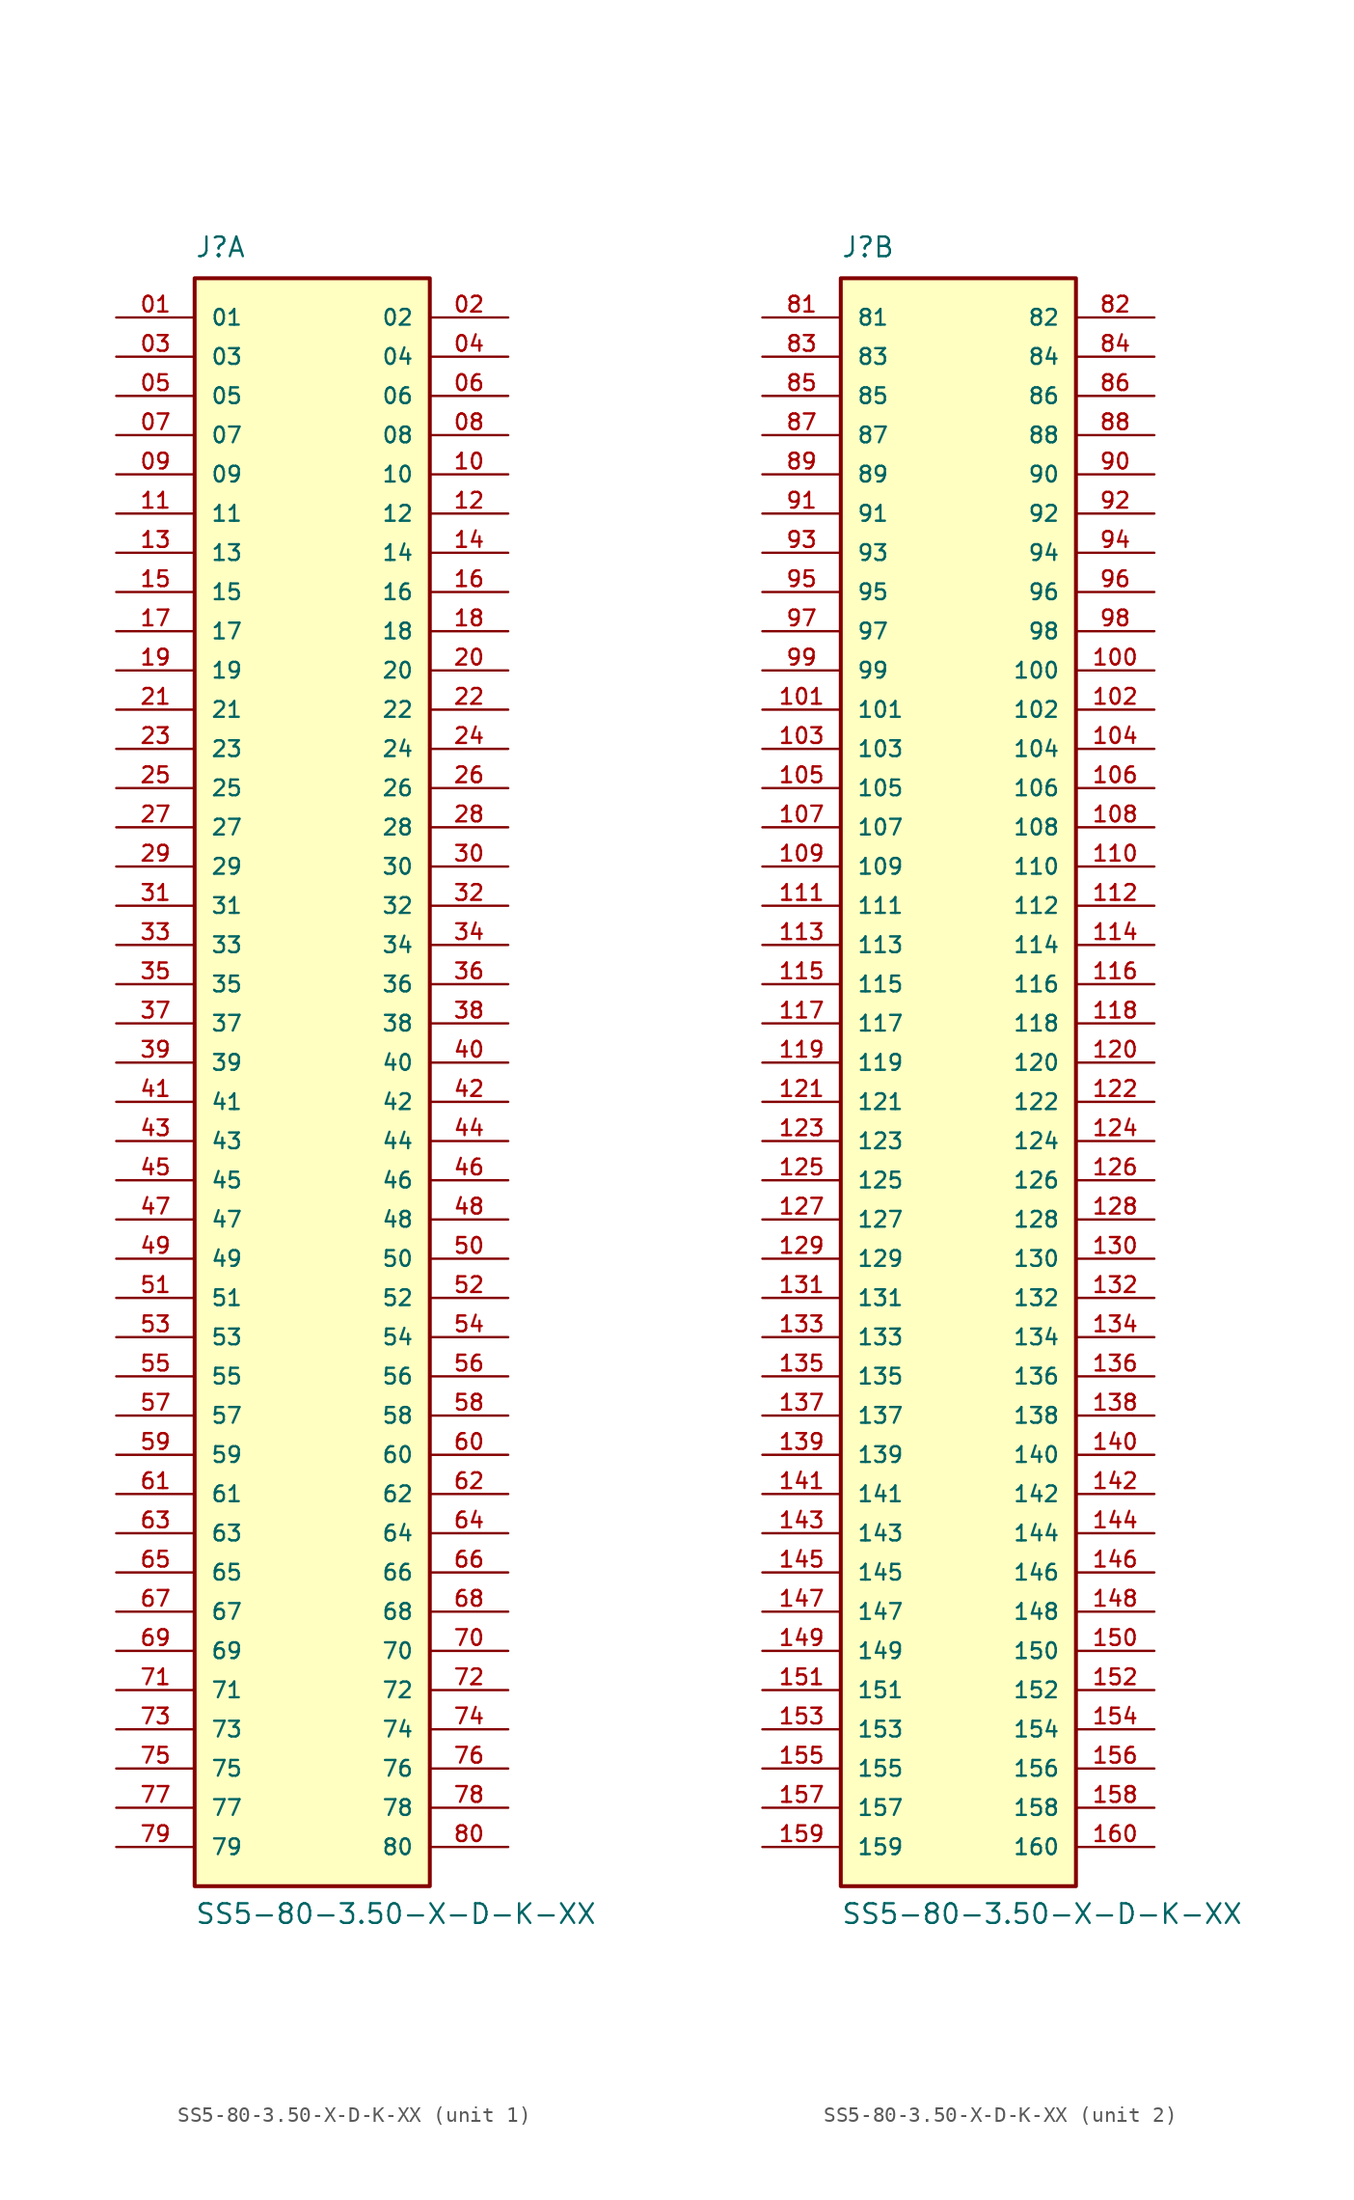
<source format=kicad_sym>
(kicad_symbol_lib
  (version 20211014)
  (generator kicad_symbol_editor)
  (symbol "SS5-80-3.50-X-D-K-XX"
    (pin_names
      (offset 1.016))
    (property "Reference" "J"
      (at -7.62 52.07 0)
      (effects (font (size 1.27 1.27)) (justify left bottom)))
    (property "Value" "SS5-80-3.50-X-D-K-XX"
      (at -7.62 -55.88 0)
      (effects (font (size 1.27 1.27)) (justify left bottom)))
    (property "ki_locked" ""
      (at 0 0 0)
      (effects (font (size 1.27 1.27))))
    (symbol "SS5-80-3.50-X-D-K-XX_1_0"
      (rectangle (start -7.62 -53.34) (end 7.62 50.8) (stroke (width 0.254) (type default) (color 0 0 0 0)) (fill (type background)))
      (pin passive line (at -12.7 48.26 0) (length 5.08) (name "01" (effects (font (size 1.016 1.016)))) (number "01" (effects (font (size 1.016 1.016)))))
      (pin passive line (at 12.7 48.26 180) (length 5.08) (name "02" (effects (font (size 1.016 1.016)))) (number "02" (effects (font (size 1.016 1.016)))))
      (pin passive line (at -12.7 45.72 0) (length 5.08) (name "03" (effects (font (size 1.016 1.016)))) (number "03" (effects (font (size 1.016 1.016)))))
      (pin passive line (at 12.7 45.72 180) (length 5.08) (name "04" (effects (font (size 1.016 1.016)))) (number "04" (effects (font (size 1.016 1.016)))))
      (pin passive line (at -12.7 43.18 0) (length 5.08) (name "05" (effects (font (size 1.016 1.016)))) (number "05" (effects (font (size 1.016 1.016)))))
      (pin passive line (at 12.7 43.18 180) (length 5.08) (name "06" (effects (font (size 1.016 1.016)))) (number "06" (effects (font (size 1.016 1.016)))))
      (pin passive line (at -12.7 40.64 0) (length 5.08) (name "07" (effects (font (size 1.016 1.016)))) (number "07" (effects (font (size 1.016 1.016)))))
      (pin passive line (at 12.7 40.64 180) (length 5.08) (name "08" (effects (font (size 1.016 1.016)))) (number "08" (effects (font (size 1.016 1.016)))))
      (pin passive line (at -12.7 38.1 0) (length 5.08) (name "09" (effects (font (size 1.016 1.016)))) (number "09" (effects (font (size 1.016 1.016)))))
      (pin passive line (at 12.7 38.1 180) (length 5.08) (name "10" (effects (font (size 1.016 1.016)))) (number "10" (effects (font (size 1.016 1.016)))))
      (pin passive line (at -12.7 35.56 0) (length 5.08) (name "11" (effects (font (size 1.016 1.016)))) (number "11" (effects (font (size 1.016 1.016)))))
      (pin passive line (at 12.7 35.56 180) (length 5.08) (name "12" (effects (font (size 1.016 1.016)))) (number "12" (effects (font (size 1.016 1.016)))))
      (pin passive line (at -12.7 33.02 0) (length 5.08) (name "13" (effects (font (size 1.016 1.016)))) (number "13" (effects (font (size 1.016 1.016)))))
      (pin passive line (at 12.7 33.02 180) (length 5.08) (name "14" (effects (font (size 1.016 1.016)))) (number "14" (effects (font (size 1.016 1.016)))))
      (pin passive line (at -12.7 30.48 0) (length 5.08) (name "15" (effects (font (size 1.016 1.016)))) (number "15" (effects (font (size 1.016 1.016)))))
      (pin passive line (at 12.7 30.48 180) (length 5.08) (name "16" (effects (font (size 1.016 1.016)))) (number "16" (effects (font (size 1.016 1.016)))))
      (pin passive line (at -12.7 27.94 0) (length 5.08) (name "17" (effects (font (size 1.016 1.016)))) (number "17" (effects (font (size 1.016 1.016)))))
      (pin passive line (at 12.7 27.94 180) (length 5.08) (name "18" (effects (font (size 1.016 1.016)))) (number "18" (effects (font (size 1.016 1.016)))))
      (pin passive line (at -12.7 25.4 0) (length 5.08) (name "19" (effects (font (size 1.016 1.016)))) (number "19" (effects (font (size 1.016 1.016)))))
      (pin passive line (at 12.7 25.4 180) (length 5.08) (name "20" (effects (font (size 1.016 1.016)))) (number "20" (effects (font (size 1.016 1.016)))))
      (pin passive line (at -12.7 22.86 0) (length 5.08) (name "21" (effects (font (size 1.016 1.016)))) (number "21" (effects (font (size 1.016 1.016)))))
      (pin passive line (at 12.7 22.86 180) (length 5.08) (name "22" (effects (font (size 1.016 1.016)))) (number "22" (effects (font (size 1.016 1.016)))))
      (pin passive line (at -12.7 20.32 0) (length 5.08) (name "23" (effects (font (size 1.016 1.016)))) (number "23" (effects (font (size 1.016 1.016)))))
      (pin passive line (at 12.7 20.32 180) (length 5.08) (name "24" (effects (font (size 1.016 1.016)))) (number "24" (effects (font (size 1.016 1.016)))))
      (pin passive line (at -12.7 17.78 0) (length 5.08) (name "25" (effects (font (size 1.016 1.016)))) (number "25" (effects (font (size 1.016 1.016)))))
      (pin passive line (at 12.7 17.78 180) (length 5.08) (name "26" (effects (font (size 1.016 1.016)))) (number "26" (effects (font (size 1.016 1.016)))))
      (pin passive line (at -12.7 15.24 0) (length 5.08) (name "27" (effects (font (size 1.016 1.016)))) (number "27" (effects (font (size 1.016 1.016)))))
      (pin passive line (at 12.7 15.24 180) (length 5.08) (name "28" (effects (font (size 1.016 1.016)))) (number "28" (effects (font (size 1.016 1.016)))))
      (pin passive line (at -12.7 12.7 0) (length 5.08) (name "29" (effects (font (size 1.016 1.016)))) (number "29" (effects (font (size 1.016 1.016)))))
      (pin passive line (at 12.7 12.7 180) (length 5.08) (name "30" (effects (font (size 1.016 1.016)))) (number "30" (effects (font (size 1.016 1.016)))))
      (pin passive line (at -12.7 10.16 0) (length 5.08) (name "31" (effects (font (size 1.016 1.016)))) (number "31" (effects (font (size 1.016 1.016)))))
      (pin passive line (at 12.7 10.16 180) (length 5.08) (name "32" (effects (font (size 1.016 1.016)))) (number "32" (effects (font (size 1.016 1.016)))))
      (pin passive line (at -12.7 7.62 0) (length 5.08) (name "33" (effects (font (size 1.016 1.016)))) (number "33" (effects (font (size 1.016 1.016)))))
      (pin passive line (at 12.7 7.62 180) (length 5.08) (name "34" (effects (font (size 1.016 1.016)))) (number "34" (effects (font (size 1.016 1.016)))))
      (pin passive line (at -12.7 5.08 0) (length 5.08) (name "35" (effects (font (size 1.016 1.016)))) (number "35" (effects (font (size 1.016 1.016)))))
      (pin passive line (at 12.7 5.08 180) (length 5.08) (name "36" (effects (font (size 1.016 1.016)))) (number "36" (effects (font (size 1.016 1.016)))))
      (pin passive line (at -12.7 2.54 0) (length 5.08) (name "37" (effects (font (size 1.016 1.016)))) (number "37" (effects (font (size 1.016 1.016)))))
      (pin passive line (at 12.7 2.54 180) (length 5.08) (name "38" (effects (font (size 1.016 1.016)))) (number "38" (effects (font (size 1.016 1.016)))))
      (pin passive line (at -12.7 0 0) (length 5.08) (name "39" (effects (font (size 1.016 1.016)))) (number "39" (effects (font (size 1.016 1.016)))))
      (pin passive line (at 12.7 0 180) (length 5.08) (name "40" (effects (font (size 1.016 1.016)))) (number "40" (effects (font (size 1.016 1.016)))))
      (pin passive line (at -12.7 -2.54 0) (length 5.08) (name "41" (effects (font (size 1.016 1.016)))) (number "41" (effects (font (size 1.016 1.016)))))
      (pin passive line (at 12.7 -2.54 180) (length 5.08) (name "42" (effects (font (size 1.016 1.016)))) (number "42" (effects (font (size 1.016 1.016)))))
      (pin passive line (at -12.7 -5.08 0) (length 5.08) (name "43" (effects (font (size 1.016 1.016)))) (number "43" (effects (font (size 1.016 1.016)))))
      (pin passive line (at 12.7 -5.08 180) (length 5.08) (name "44" (effects (font (size 1.016 1.016)))) (number "44" (effects (font (size 1.016 1.016)))))
      (pin passive line (at -12.7 -7.62 0) (length 5.08) (name "45" (effects (font (size 1.016 1.016)))) (number "45" (effects (font (size 1.016 1.016)))))
      (pin passive line (at 12.7 -7.62 180) (length 5.08) (name "46" (effects (font (size 1.016 1.016)))) (number "46" (effects (font (size 1.016 1.016)))))
      (pin passive line (at -12.7 -10.16 0) (length 5.08) (name "47" (effects (font (size 1.016 1.016)))) (number "47" (effects (font (size 1.016 1.016)))))
      (pin passive line (at 12.7 -10.16 180) (length 5.08) (name "48" (effects (font (size 1.016 1.016)))) (number "48" (effects (font (size 1.016 1.016)))))
      (pin passive line (at -12.7 -12.7 0) (length 5.08) (name "49" (effects (font (size 1.016 1.016)))) (number "49" (effects (font (size 1.016 1.016)))))
      (pin passive line (at 12.7 -12.7 180) (length 5.08) (name "50" (effects (font (size 1.016 1.016)))) (number "50" (effects (font (size 1.016 1.016)))))
      (pin passive line (at -12.7 -15.24 0) (length 5.08) (name "51" (effects (font (size 1.016 1.016)))) (number "51" (effects (font (size 1.016 1.016)))))
      (pin passive line (at 12.7 -15.24 180) (length 5.08) (name "52" (effects (font (size 1.016 1.016)))) (number "52" (effects (font (size 1.016 1.016)))))
      (pin passive line (at -12.7 -17.78 0) (length 5.08) (name "53" (effects (font (size 1.016 1.016)))) (number "53" (effects (font (size 1.016 1.016)))))
      (pin passive line (at 12.7 -17.78 180) (length 5.08) (name "54" (effects (font (size 1.016 1.016)))) (number "54" (effects (font (size 1.016 1.016)))))
      (pin passive line (at -12.7 -20.32 0) (length 5.08) (name "55" (effects (font (size 1.016 1.016)))) (number "55" (effects (font (size 1.016 1.016)))))
      (pin passive line (at 12.7 -20.32 180) (length 5.08) (name "56" (effects (font (size 1.016 1.016)))) (number "56" (effects (font (size 1.016 1.016)))))
      (pin passive line (at -12.7 -22.86 0) (length 5.08) (name "57" (effects (font (size 1.016 1.016)))) (number "57" (effects (font (size 1.016 1.016)))))
      (pin passive line (at 12.7 -22.86 180) (length 5.08) (name "58" (effects (font (size 1.016 1.016)))) (number "58" (effects (font (size 1.016 1.016)))))
      (pin passive line (at -12.7 -25.4 0) (length 5.08) (name "59" (effects (font (size 1.016 1.016)))) (number "59" (effects (font (size 1.016 1.016)))))
      (pin passive line (at 12.7 -25.4 180) (length 5.08) (name "60" (effects (font (size 1.016 1.016)))) (number "60" (effects (font (size 1.016 1.016)))))
      (pin passive line (at -12.7 -27.94 0) (length 5.08) (name "61" (effects (font (size 1.016 1.016)))) (number "61" (effects (font (size 1.016 1.016)))))
      (pin passive line (at 12.7 -27.94 180) (length 5.08) (name "62" (effects (font (size 1.016 1.016)))) (number "62" (effects (font (size 1.016 1.016)))))
      (pin passive line (at -12.7 -30.48 0) (length 5.08) (name "63" (effects (font (size 1.016 1.016)))) (number "63" (effects (font (size 1.016 1.016)))))
      (pin passive line (at 12.7 -30.48 180) (length 5.08) (name "64" (effects (font (size 1.016 1.016)))) (number "64" (effects (font (size 1.016 1.016)))))
      (pin passive line (at -12.7 -33.02 0) (length 5.08) (name "65" (effects (font (size 1.016 1.016)))) (number "65" (effects (font (size 1.016 1.016)))))
      (pin passive line (at 12.7 -33.02 180) (length 5.08) (name "66" (effects (font (size 1.016 1.016)))) (number "66" (effects (font (size 1.016 1.016)))))
      (pin passive line (at -12.7 -35.56 0) (length 5.08) (name "67" (effects (font (size 1.016 1.016)))) (number "67" (effects (font (size 1.016 1.016)))))
      (pin passive line (at 12.7 -35.56 180) (length 5.08) (name "68" (effects (font (size 1.016 1.016)))) (number "68" (effects (font (size 1.016 1.016)))))
      (pin passive line (at -12.7 -38.1 0) (length 5.08) (name "69" (effects (font (size 1.016 1.016)))) (number "69" (effects (font (size 1.016 1.016)))))
      (pin passive line (at 12.7 -38.1 180) (length 5.08) (name "70" (effects (font (size 1.016 1.016)))) (number "70" (effects (font (size 1.016 1.016)))))
      (pin passive line (at -12.7 -40.64 0) (length 5.08) (name "71" (effects (font (size 1.016 1.016)))) (number "71" (effects (font (size 1.016 1.016)))))
      (pin passive line (at 12.7 -40.64 180) (length 5.08) (name "72" (effects (font (size 1.016 1.016)))) (number "72" (effects (font (size 1.016 1.016)))))
      (pin passive line (at -12.7 -43.18 0) (length 5.08) (name "73" (effects (font (size 1.016 1.016)))) (number "73" (effects (font (size 1.016 1.016)))))
      (pin passive line (at 12.7 -43.18 180) (length 5.08) (name "74" (effects (font (size 1.016 1.016)))) (number "74" (effects (font (size 1.016 1.016)))))
      (pin passive line (at -12.7 -45.72 0) (length 5.08) (name "75" (effects (font (size 1.016 1.016)))) (number "75" (effects (font (size 1.016 1.016)))))
      (pin passive line (at 12.7 -45.72 180) (length 5.08) (name "76" (effects (font (size 1.016 1.016)))) (number "76" (effects (font (size 1.016 1.016)))))
      (pin passive line (at -12.7 -48.26 0) (length 5.08) (name "77" (effects (font (size 1.016 1.016)))) (number "77" (effects (font (size 1.016 1.016)))))
      (pin passive line (at 12.7 -48.26 180) (length 5.08) (name "78" (effects (font (size 1.016 1.016)))) (number "78" (effects (font (size 1.016 1.016)))))
      (pin passive line (at -12.7 -50.8 0) (length 5.08) (name "79" (effects (font (size 1.016 1.016)))) (number "79" (effects (font (size 1.016 1.016)))))
      (pin passive line (at 12.7 -50.8 180) (length 5.08) (name "80" (effects (font (size 1.016 1.016)))) (number "80" (effects (font (size 1.016 1.016))))))
    (symbol "SS5-80-3.50-X-D-K-XX_2_0"
      (rectangle (start -7.62 -53.34) (end 7.62 50.8) (stroke (width 0.254) (type default) (color 0 0 0 0)) (fill (type background)))
      (pin passive line (at 12.7 25.4 180) (length 5.08) (name "100" (effects (font (size 1.016 1.016)))) (number "100" (effects (font (size 1.016 1.016)))))
      (pin passive line (at -12.7 22.86 0) (length 5.08) (name "101" (effects (font (size 1.016 1.016)))) (number "101" (effects (font (size 1.016 1.016)))))
      (pin passive line (at 12.7 22.86 180) (length 5.08) (name "102" (effects (font (size 1.016 1.016)))) (number "102" (effects (font (size 1.016 1.016)))))
      (pin passive line (at -12.7 20.32 0) (length 5.08) (name "103" (effects (font (size 1.016 1.016)))) (number "103" (effects (font (size 1.016 1.016)))))
      (pin passive line (at 12.7 20.32 180) (length 5.08) (name "104" (effects (font (size 1.016 1.016)))) (number "104" (effects (font (size 1.016 1.016)))))
      (pin passive line (at -12.7 17.78 0) (length 5.08) (name "105" (effects (font (size 1.016 1.016)))) (number "105" (effects (font (size 1.016 1.016)))))
      (pin passive line (at 12.7 17.78 180) (length 5.08) (name "106" (effects (font (size 1.016 1.016)))) (number "106" (effects (font (size 1.016 1.016)))))
      (pin passive line (at -12.7 15.24 0) (length 5.08) (name "107" (effects (font (size 1.016 1.016)))) (number "107" (effects (font (size 1.016 1.016)))))
      (pin passive line (at 12.7 15.24 180) (length 5.08) (name "108" (effects (font (size 1.016 1.016)))) (number "108" (effects (font (size 1.016 1.016)))))
      (pin passive line (at -12.7 12.7 0) (length 5.08) (name "109" (effects (font (size 1.016 1.016)))) (number "109" (effects (font (size 1.016 1.016)))))
      (pin passive line (at 12.7 12.7 180) (length 5.08) (name "110" (effects (font (size 1.016 1.016)))) (number "110" (effects (font (size 1.016 1.016)))))
      (pin passive line (at -12.7 10.16 0) (length 5.08) (name "111" (effects (font (size 1.016 1.016)))) (number "111" (effects (font (size 1.016 1.016)))))
      (pin passive line (at 12.7 10.16 180) (length 5.08) (name "112" (effects (font (size 1.016 1.016)))) (number "112" (effects (font (size 1.016 1.016)))))
      (pin passive line (at -12.7 7.62 0) (length 5.08) (name "113" (effects (font (size 1.016 1.016)))) (number "113" (effects (font (size 1.016 1.016)))))
      (pin passive line (at 12.7 7.62 180) (length 5.08) (name "114" (effects (font (size 1.016 1.016)))) (number "114" (effects (font (size 1.016 1.016)))))
      (pin passive line (at -12.7 5.08 0) (length 5.08) (name "115" (effects (font (size 1.016 1.016)))) (number "115" (effects (font (size 1.016 1.016)))))
      (pin passive line (at 12.7 5.08 180) (length 5.08) (name "116" (effects (font (size 1.016 1.016)))) (number "116" (effects (font (size 1.016 1.016)))))
      (pin passive line (at -12.7 2.54 0) (length 5.08) (name "117" (effects (font (size 1.016 1.016)))) (number "117" (effects (font (size 1.016 1.016)))))
      (pin passive line (at 12.7 2.54 180) (length 5.08) (name "118" (effects (font (size 1.016 1.016)))) (number "118" (effects (font (size 1.016 1.016)))))
      (pin passive line (at -12.7 0 0) (length 5.08) (name "119" (effects (font (size 1.016 1.016)))) (number "119" (effects (font (size 1.016 1.016)))))
      (pin passive line (at 12.7 0 180) (length 5.08) (name "120" (effects (font (size 1.016 1.016)))) (number "120" (effects (font (size 1.016 1.016)))))
      (pin passive line (at -12.7 -2.54 0) (length 5.08) (name "121" (effects (font (size 1.016 1.016)))) (number "121" (effects (font (size 1.016 1.016)))))
      (pin passive line (at 12.7 -2.54 180) (length 5.08) (name "122" (effects (font (size 1.016 1.016)))) (number "122" (effects (font (size 1.016 1.016)))))
      (pin passive line (at -12.7 -5.08 0) (length 5.08) (name "123" (effects (font (size 1.016 1.016)))) (number "123" (effects (font (size 1.016 1.016)))))
      (pin passive line (at 12.7 -5.08 180) (length 5.08) (name "124" (effects (font (size 1.016 1.016)))) (number "124" (effects (font (size 1.016 1.016)))))
      (pin passive line (at -12.7 -7.62 0) (length 5.08) (name "125" (effects (font (size 1.016 1.016)))) (number "125" (effects (font (size 1.016 1.016)))))
      (pin passive line (at 12.7 -7.62 180) (length 5.08) (name "126" (effects (font (size 1.016 1.016)))) (number "126" (effects (font (size 1.016 1.016)))))
      (pin passive line (at -12.7 -10.16 0) (length 5.08) (name "127" (effects (font (size 1.016 1.016)))) (number "127" (effects (font (size 1.016 1.016)))))
      (pin passive line (at 12.7 -10.16 180) (length 5.08) (name "128" (effects (font (size 1.016 1.016)))) (number "128" (effects (font (size 1.016 1.016)))))
      (pin passive line (at -12.7 -12.7 0) (length 5.08) (name "129" (effects (font (size 1.016 1.016)))) (number "129" (effects (font (size 1.016 1.016)))))
      (pin passive line (at 12.7 -12.7 180) (length 5.08) (name "130" (effects (font (size 1.016 1.016)))) (number "130" (effects (font (size 1.016 1.016)))))
      (pin passive line (at -12.7 -15.24 0) (length 5.08) (name "131" (effects (font (size 1.016 1.016)))) (number "131" (effects (font (size 1.016 1.016)))))
      (pin passive line (at 12.7 -15.24 180) (length 5.08) (name "132" (effects (font (size 1.016 1.016)))) (number "132" (effects (font (size 1.016 1.016)))))
      (pin passive line (at -12.7 -17.78 0) (length 5.08) (name "133" (effects (font (size 1.016 1.016)))) (number "133" (effects (font (size 1.016 1.016)))))
      (pin passive line (at 12.7 -17.78 180) (length 5.08) (name "134" (effects (font (size 1.016 1.016)))) (number "134" (effects (font (size 1.016 1.016)))))
      (pin passive line (at -12.7 -20.32 0) (length 5.08) (name "135" (effects (font (size 1.016 1.016)))) (number "135" (effects (font (size 1.016 1.016)))))
      (pin passive line (at 12.7 -20.32 180) (length 5.08) (name "136" (effects (font (size 1.016 1.016)))) (number "136" (effects (font (size 1.016 1.016)))))
      (pin passive line (at -12.7 -22.86 0) (length 5.08) (name "137" (effects (font (size 1.016 1.016)))) (number "137" (effects (font (size 1.016 1.016)))))
      (pin passive line (at 12.7 -22.86 180) (length 5.08) (name "138" (effects (font (size 1.016 1.016)))) (number "138" (effects (font (size 1.016 1.016)))))
      (pin passive line (at -12.7 -25.4 0) (length 5.08) (name "139" (effects (font (size 1.016 1.016)))) (number "139" (effects (font (size 1.016 1.016)))))
      (pin passive line (at 12.7 -25.4 180) (length 5.08) (name "140" (effects (font (size 1.016 1.016)))) (number "140" (effects (font (size 1.016 1.016)))))
      (pin passive line (at -12.7 -27.94 0) (length 5.08) (name "141" (effects (font (size 1.016 1.016)))) (number "141" (effects (font (size 1.016 1.016)))))
      (pin passive line (at 12.7 -27.94 180) (length 5.08) (name "142" (effects (font (size 1.016 1.016)))) (number "142" (effects (font (size 1.016 1.016)))))
      (pin passive line (at -12.7 -30.48 0) (length 5.08) (name "143" (effects (font (size 1.016 1.016)))) (number "143" (effects (font (size 1.016 1.016)))))
      (pin passive line (at 12.7 -30.48 180) (length 5.08) (name "144" (effects (font (size 1.016 1.016)))) (number "144" (effects (font (size 1.016 1.016)))))
      (pin passive line (at -12.7 -33.02 0) (length 5.08) (name "145" (effects (font (size 1.016 1.016)))) (number "145" (effects (font (size 1.016 1.016)))))
      (pin passive line (at 12.7 -33.02 180) (length 5.08) (name "146" (effects (font (size 1.016 1.016)))) (number "146" (effects (font (size 1.016 1.016)))))
      (pin passive line (at -12.7 -35.56 0) (length 5.08) (name "147" (effects (font (size 1.016 1.016)))) (number "147" (effects (font (size 1.016 1.016)))))
      (pin passive line (at 12.7 -35.56 180) (length 5.08) (name "148" (effects (font (size 1.016 1.016)))) (number "148" (effects (font (size 1.016 1.016)))))
      (pin passive line (at -12.7 -38.1 0) (length 5.08) (name "149" (effects (font (size 1.016 1.016)))) (number "149" (effects (font (size 1.016 1.016)))))
      (pin passive line (at 12.7 -38.1 180) (length 5.08) (name "150" (effects (font (size 1.016 1.016)))) (number "150" (effects (font (size 1.016 1.016)))))
      (pin passive line (at -12.7 -40.64 0) (length 5.08) (name "151" (effects (font (size 1.016 1.016)))) (number "151" (effects (font (size 1.016 1.016)))))
      (pin passive line (at 12.7 -40.64 180) (length 5.08) (name "152" (effects (font (size 1.016 1.016)))) (number "152" (effects (font (size 1.016 1.016)))))
      (pin passive line (at -12.7 -43.18 0) (length 5.08) (name "153" (effects (font (size 1.016 1.016)))) (number "153" (effects (font (size 1.016 1.016)))))
      (pin passive line (at 12.7 -43.18 180) (length 5.08) (name "154" (effects (font (size 1.016 1.016)))) (number "154" (effects (font (size 1.016 1.016)))))
      (pin passive line (at -12.7 -45.72 0) (length 5.08) (name "155" (effects (font (size 1.016 1.016)))) (number "155" (effects (font (size 1.016 1.016)))))
      (pin passive line (at 12.7 -45.72 180) (length 5.08) (name "156" (effects (font (size 1.016 1.016)))) (number "156" (effects (font (size 1.016 1.016)))))
      (pin passive line (at -12.7 -48.26 0) (length 5.08) (name "157" (effects (font (size 1.016 1.016)))) (number "157" (effects (font (size 1.016 1.016)))))
      (pin passive line (at 12.7 -48.26 180) (length 5.08) (name "158" (effects (font (size 1.016 1.016)))) (number "158" (effects (font (size 1.016 1.016)))))
      (pin passive line (at -12.7 -50.8 0) (length 5.08) (name "159" (effects (font (size 1.016 1.016)))) (number "159" (effects (font (size 1.016 1.016)))))
      (pin passive line (at 12.7 -50.8 180) (length 5.08) (name "160" (effects (font (size 1.016 1.016)))) (number "160" (effects (font (size 1.016 1.016)))))
      (pin passive line (at -12.7 48.26 0) (length 5.08) (name "81" (effects (font (size 1.016 1.016)))) (number "81" (effects (font (size 1.016 1.016)))))
      (pin passive line (at 12.7 48.26 180) (length 5.08) (name "82" (effects (font (size 1.016 1.016)))) (number "82" (effects (font (size 1.016 1.016)))))
      (pin passive line (at -12.7 45.72 0) (length 5.08) (name "83" (effects (font (size 1.016 1.016)))) (number "83" (effects (font (size 1.016 1.016)))))
      (pin passive line (at 12.7 45.72 180) (length 5.08) (name "84" (effects (font (size 1.016 1.016)))) (number "84" (effects (font (size 1.016 1.016)))))
      (pin passive line (at -12.7 43.18 0) (length 5.08) (name "85" (effects (font (size 1.016 1.016)))) (number "85" (effects (font (size 1.016 1.016)))))
      (pin passive line (at 12.7 43.18 180) (length 5.08) (name "86" (effects (font (size 1.016 1.016)))) (number "86" (effects (font (size 1.016 1.016)))))
      (pin passive line (at -12.7 40.64 0) (length 5.08) (name "87" (effects (font (size 1.016 1.016)))) (number "87" (effects (font (size 1.016 1.016)))))
      (pin passive line (at 12.7 40.64 180) (length 5.08) (name "88" (effects (font (size 1.016 1.016)))) (number "88" (effects (font (size 1.016 1.016)))))
      (pin passive line (at -12.7 38.1 0) (length 5.08) (name "89" (effects (font (size 1.016 1.016)))) (number "89" (effects (font (size 1.016 1.016)))))
      (pin passive line (at 12.7 38.1 180) (length 5.08) (name "90" (effects (font (size 1.016 1.016)))) (number "90" (effects (font (size 1.016 1.016)))))
      (pin passive line (at -12.7 35.56 0) (length 5.08) (name "91" (effects (font (size 1.016 1.016)))) (number "91" (effects (font (size 1.016 1.016)))))
      (pin passive line (at 12.7 35.56 180) (length 5.08) (name "92" (effects (font (size 1.016 1.016)))) (number "92" (effects (font (size 1.016 1.016)))))
      (pin passive line (at -12.7 33.02 0) (length 5.08) (name "93" (effects (font (size 1.016 1.016)))) (number "93" (effects (font (size 1.016 1.016)))))
      (pin passive line (at 12.7 33.02 180) (length 5.08) (name "94" (effects (font (size 1.016 1.016)))) (number "94" (effects (font (size 1.016 1.016)))))
      (pin passive line (at -12.7 30.48 0) (length 5.08) (name "95" (effects (font (size 1.016 1.016)))) (number "95" (effects (font (size 1.016 1.016)))))
      (pin passive line (at 12.7 30.48 180) (length 5.08) (name "96" (effects (font (size 1.016 1.016)))) (number "96" (effects (font (size 1.016 1.016)))))
      (pin passive line (at -12.7 27.94 0) (length 5.08) (name "97" (effects (font (size 1.016 1.016)))) (number "97" (effects (font (size 1.016 1.016)))))
      (pin passive line (at 12.7 27.94 180) (length 5.08) (name "98" (effects (font (size 1.016 1.016)))) (number "98" (effects (font (size 1.016 1.016)))))
      (pin passive line (at -12.7 25.4 0) (length 5.08) (name "99" (effects (font (size 1.016 1.016)))) (number "99" (effects (font (size 1.016 1.016))))))))
</source>
